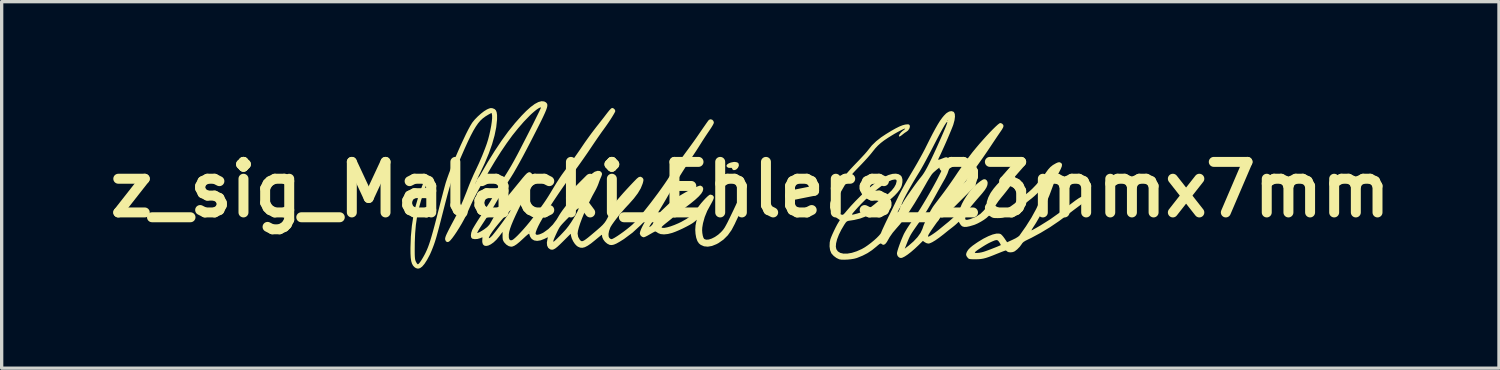
<source format=kicad_pcb>
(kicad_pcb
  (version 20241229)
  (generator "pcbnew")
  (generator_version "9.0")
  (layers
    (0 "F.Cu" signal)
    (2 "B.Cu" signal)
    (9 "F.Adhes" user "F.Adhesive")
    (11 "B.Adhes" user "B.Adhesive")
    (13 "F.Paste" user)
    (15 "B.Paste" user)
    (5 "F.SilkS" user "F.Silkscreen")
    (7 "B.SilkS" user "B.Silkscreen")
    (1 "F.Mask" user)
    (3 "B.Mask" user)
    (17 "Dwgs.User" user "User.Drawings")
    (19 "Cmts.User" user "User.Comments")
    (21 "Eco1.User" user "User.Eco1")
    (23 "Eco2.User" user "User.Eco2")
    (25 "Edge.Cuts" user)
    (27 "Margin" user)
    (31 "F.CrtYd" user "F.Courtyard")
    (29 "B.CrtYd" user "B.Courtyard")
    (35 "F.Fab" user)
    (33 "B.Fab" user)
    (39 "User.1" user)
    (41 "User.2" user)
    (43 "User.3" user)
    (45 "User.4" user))
  (footprint "z_sig_Malacki_Ehlers_23mmx7mm"
    (layer "F.Cu")
    (at 19.565 2.664)
    (property "Reference" "z_sig_Malacki_Ehlers_23mmx7mm" (at 0 0 0) (layer "F.SilkS") (effects (font (size 1.524 1.524) (thickness 0.3))))
    (attr board_only exclude_from_pos_files exclude_from_bom)
    (fp_poly (pts (xy -0.394 -0.821) (xy -0.354 -0.788) (xy -0.344 -0.733) (xy -0.349 -0.708) (xy -0.374 -0.655) (xy -0.413 -0.614) (xy -0.459 -0.59) (xy -0.502 -0.586) (xy -0.534 -0.605) (xy -0.544 -0.626) (xy -0.559 -0.653) (xy -0.591 -0.656) (xy -0.606 -0.653) (xy -0.653 -0.655) (xy -0.695 -0.676) (xy -0.718 -0.707) (xy -0.719 -0.716) (xy -0.701 -0.754) (xy -0.653 -0.788) (xy -0.586 -0.815) (xy -0.507 -0.831) (xy -0.465 -0.833)) (stroke (width 0) (type solid)) (fill yes) (layer "F.SilkS"))
    (fp_poly (pts (xy 6.117 -2.349) (xy 6.139 -2.331) (xy 6.164 -2.278) (xy 6.169 -2.197) (xy 6.156 -2.093) (xy 6.123 -1.971) (xy 6.116 -1.948) (xy 6.092 -1.885) (xy 6.056 -1.795) (xy 6.01 -1.685) (xy 5.958 -1.561) (xy 5.902 -1.432) (xy 5.845 -1.304) (xy 5.791 -1.185) (xy 5.744 -1.081) (xy 5.705 -0.999) (xy 5.695 -0.98) (xy 5.673 -0.934) (xy 5.664 -0.903) (xy 5.664 -0.897) (xy 5.684 -0.9) (xy 5.729 -0.914) (xy 5.79 -0.938) (xy 5.79 -0.938) (xy 5.855 -0.963) (xy 5.896 -0.974) (xy 5.924 -0.972) (xy 5.95 -0.959) (xy 5.954 -0.957) (xy 5.998 -0.906) (xy 6.019 -0.83) (xy 6.016 -0.731) (xy 5.99 -0.615) (xy 5.943 -0.483) (xy 5.874 -0.34) (xy 5.834 -0.27) (xy 5.798 -0.207) (xy 5.749 -0.12) (xy 5.693 -0.02) (xy 5.635 0.084) (xy 5.614 0.123) (xy 5.513 0.305) (xy 5.425 0.46) (xy 5.345 0.596) (xy 5.268 0.72) (xy 5.191 0.839) (xy 5.108 0.961) (xy 5.063 1.025) (xy 4.984 1.137) (xy 4.923 1.225) (xy 4.876 1.296) (xy 4.838 1.358) (xy 4.806 1.418) (xy 4.776 1.482) (xy 4.744 1.558) (xy 4.706 1.654) (xy 4.692 1.691) (xy 4.655 1.782) (xy 4.772 1.691) (xy 4.92 1.562) (xy 5.041 1.433) (xy 5.131 1.307) (xy 5.188 1.186) (xy 5.195 1.164) (xy 5.223 1.083) (xy 5.266 0.979) (xy 5.319 0.864) (xy 5.376 0.747) (xy 5.434 0.638) (xy 5.487 0.548) (xy 5.52 0.498) (xy 5.556 0.449) (xy 5.61 0.378) (xy 5.675 0.292) (xy 5.747 0.198) (xy 5.796 0.133) (xy 5.869 0.035) (xy 5.956 -0.085) (xy 6.05 -0.219) (xy 6.145 -0.356) (xy 6.233 -0.487) (xy 6.252 -0.516) (xy 6.466 -0.823) (xy 6.696 -1.125) (xy 6.798 -1.249) (xy 6.905 -1.376) (xy 7.014 -1.499) (xy 7.12 -1.617) (xy 7.221 -1.725) (xy 7.314 -1.82) (xy 7.395 -1.899) (xy 7.461 -1.959) (xy 7.508 -1.995) (xy 7.532 -2.006) (xy 7.573 -1.995) (xy 7.593 -1.983) (xy 7.622 -1.952) (xy 7.632 -1.918) (xy 7.621 -1.875) (xy 7.588 -1.814) (xy 7.542 -1.746) (xy 7.494 -1.676) (xy 7.432 -1.585) (xy 7.363 -1.482) (xy 7.294 -1.379) (xy 7.273 -1.347) (xy 7.147 -1.159) (xy 7.008 -0.957) (xy 6.864 -0.754) (xy 6.723 -0.559) (xy 6.592 -0.384) (xy 6.574 -0.36) (xy 6.498 -0.259) (xy 6.414 -0.142) (xy 6.332 -0.027) (xy 6.281 0.047) (xy 6.227 0.127) (xy 6.165 0.218) (xy 6.093 0.322) (xy 6.008 0.444) (xy 5.909 0.585) (xy 5.793 0.749) (xy 5.659 0.938) (xy 5.535 1.113) (xy 5.458 1.224) (xy 5.404 1.307) (xy 5.37 1.365) (xy 5.357 1.402) (xy 5.361 1.418) (xy 5.368 1.42) (xy 5.397 1.408) (xy 5.448 1.378) (xy 5.515 1.334) (xy 5.59 1.281) (xy 5.666 1.223) (xy 5.716 1.183) (xy 5.796 1.117) (xy 5.884 1.045) (xy 5.962 0.982) (xy 5.98 0.967) (xy 6.109 0.853) (xy 6.216 0.734) (xy 6.296 0.617) (xy 6.341 0.519) (xy 6.378 0.432) (xy 6.434 0.327) (xy 6.504 0.214) (xy 6.581 0.102) (xy 6.658 0.002) (xy 6.705 -0.051) (xy 6.776 -0.121) (xy 6.854 -0.189) (xy 6.93 -0.249) (xy 6.995 -0.292) (xy 7.029 -0.309) (xy 7.08 -0.311) (xy 7.123 -0.282) (xy 7.15 -0.232) (xy 7.154 -0.198) (xy 7.146 -0.135) (xy 7.12 -0.068) (xy 7.072 0.01) (xy 6.999 0.103) (xy 6.953 0.157) (xy 6.829 0.299) (xy 6.729 0.416) (xy 6.65 0.511) (xy 6.59 0.587) (xy 6.547 0.646) (xy 6.52 0.691) (xy 6.505 0.725) (xy 6.501 0.738) (xy 6.491 0.795) (xy 6.481 0.841) (xy 6.481 0.842) (xy 6.477 0.886) (xy 6.493 0.909) (xy 6.533 0.913) (xy 6.602 0.898) (xy 6.635 0.888) (xy 6.796 0.824) (xy 6.934 0.733) (xy 7.031 0.639) (xy 7.081 0.58) (xy 7.107 0.534) (xy 7.116 0.489) (xy 7.117 0.475) (xy 7.131 0.361) (xy 7.173 0.236) (xy 7.237 0.11) (xy 7.259 0.076) (xy 7.339 -0.035) (xy 7.43 -0.143) (xy 7.525 -0.243) (xy 7.619 -0.33) (xy 7.709 -0.4) (xy 7.789 -0.449) (xy 7.854 -0.472) (xy 7.868 -0.473) (xy 7.929 -0.457) (xy 7.969 -0.414) (xy 7.982 -0.353) (xy 7.979 -0.326) (xy 7.962 -0.288) (xy 7.923 -0.226) (xy 7.867 -0.145) (xy 7.796 -0.049) (xy 7.715 0.056) (xy 7.626 0.167) (xy 7.571 0.233) (xy 7.477 0.351) (xy 7.408 0.452) (xy 7.363 0.534) (xy 7.344 0.595) (xy 7.347 0.622) (xy 7.359 0.647) (xy 7.38 0.66) (xy 7.419 0.662) (xy 7.472 0.658) (xy 7.585 0.636) (xy 7.709 0.587) (xy 7.846 0.508) (xy 7.998 0.398) (xy 8.082 0.33) (xy 8.169 0.258) (xy 8.256 0.186) (xy 8.333 0.121) (xy 8.393 0.072) (xy 8.404 0.063) (xy 8.496 -0.021) (xy 8.599 -0.127) (xy 8.705 -0.245) (xy 8.805 -0.367) (xy 8.889 -0.481) (xy 8.903 -0.502) (xy 8.976 -0.603) (xy 9.045 -0.679) (xy 9.12 -0.739) (xy 9.212 -0.792) (xy 9.215 -0.794) (xy 9.274 -0.819) (xy 9.314 -0.825) (xy 9.342 -0.817) (xy 9.381 -0.79) (xy 9.396 -0.752) (xy 9.389 -0.698) (xy 9.358 -0.622) (xy 9.338 -0.582) (xy 9.273 -0.456) (xy 9.223 -0.355) (xy 9.183 -0.268) (xy 9.15 -0.187) (xy 9.118 -0.103) (xy 9.107 -0.072) (xy 9.017 0.17) (xy 8.919 0.405) (xy 8.817 0.627) (xy 8.714 0.829) (xy 8.613 1.003) (xy 8.561 1.084) (xy 8.52 1.147) (xy 8.49 1.196) (xy 8.476 1.225) (xy 8.476 1.23) (xy 8.497 1.221) (xy 8.544 1.196) (xy 8.611 1.159) (xy 8.693 1.112) (xy 8.726 1.093) (xy 9.039 0.897) (xy 9.357 0.67) (xy 9.538 0.53) (xy 9.683 0.417) (xy 9.803 0.327) (xy 9.898 0.262) (xy 9.966 0.223) (xy 10.008 0.208) (xy 10.01 0.208) (xy 10.048 0.223) (xy 10.08 0.256) (xy 10.1 0.293) (xy 10.097 0.322) (xy 10.082 0.348) (xy 10.053 0.379) (xy 10.003 0.424) (xy 9.938 0.475) (xy 9.904 0.5) (xy 9.826 0.558) (xy 9.731 0.629) (xy 9.635 0.703) (xy 9.577 0.748) (xy 9.31 0.947) (xy 9.031 1.136) (xy 8.749 1.306) (xy 8.474 1.454) (xy 8.373 1.503) (xy 8.291 1.544) (xy 8.236 1.579) (xy 8.2 1.614) (xy 8.18 1.644) (xy 8.123 1.722) (xy 8.045 1.802) (xy 7.969 1.861) (xy 7.916 1.883) (xy 7.852 1.892) (xy 7.791 1.888) (xy 7.747 1.87) (xy 7.741 1.864) (xy 7.712 1.84) (xy 7.698 1.836) (xy 7.674 1.843) (xy 7.622 1.861) (xy 7.55 1.889) (xy 7.463 1.924) (xy 7.44 1.933) (xy 7.302 1.989) (xy 7.191 2.031) (xy 7.1 2.061) (xy 7.021 2.081) (xy 6.948 2.093) (xy 6.872 2.099) (xy 6.787 2.101) (xy 6.784 2.101) (xy 6.696 2.1) (xy 6.637 2.097) (xy 6.599 2.09) (xy 6.574 2.077) (xy 6.555 2.058) (xy 6.514 2.001) (xy 6.504 1.947) (xy 6.519 1.9) (xy 6.766 1.9) (xy 6.779 1.909) (xy 6.822 1.911) (xy 6.835 1.911) (xy 6.9 1.905) (xy 6.979 1.89) (xy 7.031 1.876) (xy 7.085 1.858) (xy 7.157 1.832) (xy 7.241 1.801) (xy 7.327 1.767) (xy 7.409 1.735) (xy 7.479 1.706) (xy 7.528 1.685) (xy 7.55 1.674) (xy 7.545 1.655) (xy 7.523 1.616) (xy 7.506 1.589) (xy 7.477 1.549) (xy 7.45 1.527) (xy 7.415 1.522) (xy 7.367 1.533) (xy 7.298 1.561) (xy 7.237 1.589) (xy 7.171 1.622) (xy 7.092 1.667) (xy 7.007 1.719) (xy 6.925 1.772) (xy 6.853 1.82) (xy 6.8 1.86) (xy 6.776 1.883) (xy 6.766 1.9) (xy 6.519 1.9) (xy 6.525 1.884) (xy 6.529 1.876) (xy 6.566 1.817) (xy 6.622 1.757) (xy 6.699 1.692) (xy 6.804 1.618) (xy 6.87 1.574) (xy 7.029 1.478) (xy 7.175 1.405) (xy 7.304 1.354) (xy 7.413 1.328) (xy 7.501 1.327) (xy 7.548 1.342) (xy 7.579 1.368) (xy 7.621 1.416) (xy 7.665 1.475) (xy 7.665 1.476) (xy 7.741 1.588) (xy 7.909 1.511) (xy 7.995 1.469) (xy 8.064 1.427) (xy 8.108 1.392) (xy 8.114 1.384) (xy 8.307 1.11) (xy 8.473 0.847) (xy 8.615 0.588) (xy 8.74 0.324) (xy 8.815 0.142) (xy 8.862 0.022) (xy 8.895 -0.066) (xy 8.915 -0.125) (xy 8.922 -0.157) (xy 8.917 -0.165) (xy 8.9 -0.152) (xy 8.87 -0.121) (xy 8.838 -0.085) (xy 8.745 0.016) (xy 8.65 0.113) (xy 8.56 0.198) (xy 8.484 0.263) (xy 8.461 0.281) (xy 8.418 0.314) (xy 8.356 0.364) (xy 8.284 0.423) (xy 8.236 0.463) (xy 8.132 0.549) (xy 8.051 0.615) (xy 7.985 0.665) (xy 7.928 0.703) (xy 7.874 0.735) (xy 7.816 0.764) (xy 7.76 0.789) (xy 7.675 0.825) (xy 7.608 0.846) (xy 7.545 0.857) (xy 7.47 0.86) (xy 7.454 0.86) (xy 7.374 0.859) (xy 7.319 0.852) (xy 7.279 0.836) (xy 7.252 0.819) (xy 7.214 0.793) (xy 7.191 0.79) (xy 7.171 0.807) (xy 7.17 0.808) (xy 7.119 0.856) (xy 7.042 0.912) (xy 6.951 0.968) (xy 6.856 1.019) (xy 6.767 1.058) (xy 6.741 1.067) (xy 6.617 1.104) (xy 6.522 1.124) (xy 6.449 1.126) (xy 6.394 1.111) (xy 6.352 1.078) (xy 6.321 1.034) (xy 6.283 0.97) (xy 6.222 1.027) (xy 6.168 1.075) (xy 6.104 1.127) (xy 6.083 1.143) (xy 6.037 1.179) (xy 5.97 1.231) (xy 5.893 1.293) (xy 5.828 1.346) (xy 5.695 1.448) (xy 5.58 1.529) (xy 5.483 1.587) (xy 5.409 1.62) (xy 5.368 1.628) (xy 5.316 1.617) (xy 5.262 1.59) (xy 5.258 1.587) (xy 5.202 1.547) (xy 5.066 1.681) (xy 4.952 1.788) (xy 4.843 1.882) (xy 4.742 1.96) (xy 4.654 2.018) (xy 4.583 2.053) (xy 4.539 2.063) (xy 4.483 2.046) (xy 4.441 2.002) (xy 4.421 1.942) (xy 4.422 1.905) (xy 4.437 1.843) (xy 4.464 1.756) (xy 4.5 1.654) (xy 4.541 1.545) (xy 4.584 1.441) (xy 4.624 1.35) (xy 4.637 1.324) (xy 4.675 1.256) (xy 4.729 1.167) (xy 4.793 1.069) (xy 4.861 0.97) (xy 4.883 0.939) (xy 4.958 0.831) (xy 5.04 0.708) (xy 5.126 0.573) (xy 5.214 0.429) (xy 5.303 0.28) (xy 5.391 0.129) (xy 5.476 -0.019) (xy 5.555 -0.163) (xy 5.628 -0.298) (xy 5.691 -0.422) (xy 5.744 -0.529) (xy 5.784 -0.618) (xy 5.81 -0.685) (xy 5.819 -0.726) (xy 5.812 -0.738) (xy 5.788 -0.727) (xy 5.744 -0.696) (xy 5.687 -0.653) (xy 5.624 -0.604) (xy 5.565 -0.554) (xy 5.516 -0.51) (xy 5.496 -0.489) (xy 5.464 -0.45) (xy 5.421 -0.384) (xy 5.37 -0.302) (xy 5.316 -0.211) (xy 5.303 -0.186) (xy 5.121 0.131) (xy 4.951 0.413) (xy 4.793 0.66) (xy 4.646 0.872) (xy 4.51 1.048) (xy 4.412 1.16) (xy 4.292 1.301) (xy 4.201 1.431) (xy 4.166 1.493) (xy 4.113 1.585) (xy 4.067 1.641) (xy 4.024 1.665) (xy 3.982 1.657) (xy 3.959 1.64) (xy 3.941 1.627) (xy 3.921 1.627) (xy 3.892 1.643) (xy 3.847 1.679) (xy 3.803 1.717) (xy 3.668 1.826) (xy 3.534 1.915) (xy 3.389 1.99) (xy 3.22 2.059) (xy 3.199 2.066) (xy 3.126 2.085) (xy 3.033 2.1) (xy 2.931 2.11) (xy 2.831 2.114) (xy 2.745 2.112) (xy 2.683 2.102) (xy 2.681 2.102) (xy 2.596 2.061) (xy 2.514 2) (xy 2.451 1.931) (xy 2.44 1.914) (xy 2.404 1.823) (xy 2.389 1.712) (xy 2.394 1.593) (xy 2.412 1.505) (xy 2.436 1.438) (xy 2.474 1.348) (xy 2.521 1.247) (xy 2.571 1.144) (xy 2.621 1.049) (xy 2.665 0.975) (xy 2.7 0.918) (xy 2.609 0.856) (xy 2.506 0.767) (xy 2.438 0.663) (xy 2.404 0.546) (xy 2.407 0.419) (xy 2.413 0.386) (xy 2.431 0.336) (xy 2.465 0.261) (xy 2.512 0.166) (xy 2.57 0.057) (xy 2.634 -0.059) (xy 2.702 -0.177) (xy 2.77 -0.29) (xy 2.835 -0.392) (xy 2.845 -0.407) (xy 2.882 -0.456) (xy 2.94 -0.525) (xy 3.014 -0.609) (xy 3.099 -0.7) (xy 3.188 -0.793) (xy 3.199 -0.804) (xy 3.288 -0.897) (xy 3.373 -0.988) (xy 3.449 -1.07) (xy 3.509 -1.139) (xy 3.549 -1.188) (xy 3.553 -1.193) (xy 3.665 -1.332) (xy 3.793 -1.456) (xy 3.943 -1.575) (xy 4.088 -1.671) (xy 4.248 -1.769) (xy 4.381 -1.844) (xy 4.493 -1.9) (xy 4.585 -1.937) (xy 4.662 -1.958) (xy 4.687 -1.962) (xy 4.747 -1.967) (xy 4.78 -1.962) (xy 4.8 -1.944) (xy 4.804 -1.937) (xy 4.81 -1.889) (xy 4.791 -1.833) (xy 4.753 -1.779) (xy 4.706 -1.743) (xy 4.657 -1.712) (xy 4.6 -1.668) (xy 4.578 -1.65) (xy 4.533 -1.616) (xy 4.498 -1.599) (xy 4.486 -1.599) (xy 4.479 -1.623) (xy 4.496 -1.662) (xy 4.532 -1.711) (xy 4.581 -1.76) (xy 4.608 -1.781) (xy 4.653 -1.816) (xy 4.668 -1.835) (xy 4.658 -1.838) (xy 4.626 -1.827) (xy 4.575 -1.804) (xy 4.508 -1.77) (xy 4.43 -1.728) (xy 4.343 -1.679) (xy 4.252 -1.624) (xy 4.159 -1.566) (xy 4.15 -1.56) (xy 4.028 -1.478) (xy 3.931 -1.403) (xy 3.847 -1.327) (xy 3.766 -1.241) (xy 3.68 -1.134) (xy 3.659 -1.107) (xy 3.607 -1.044) (xy 3.535 -0.961) (xy 3.45 -0.868) (xy 3.359 -0.771) (xy 3.281 -0.69) (xy 3.184 -0.59) (xy 3.108 -0.509) (xy 3.047 -0.438) (xy 2.995 -0.37) (xy 2.946 -0.297) (xy 2.893 -0.21) (xy 2.874 -0.178) (xy 2.813 -0.074) (xy 2.75 0.036) (xy 2.692 0.14) (xy 2.646 0.225) (xy 2.64 0.237) (xy 2.599 0.317) (xy 2.573 0.375) (xy 2.561 0.421) (xy 2.557 0.465) (xy 2.559 0.506) (xy 2.57 0.576) (xy 2.594 0.628) (xy 2.631 0.672) (xy 2.68 0.715) (xy 2.73 0.748) (xy 2.745 0.754) (xy 2.771 0.761) (xy 2.794 0.757) (xy 2.813 0.743) (xy 3.066 0.743) (xy 3.069 0.753) (xy 3.082 0.755) (xy 3.113 0.751) (xy 3.168 0.737) (xy 3.234 0.719) (xy 3.344 0.684) (xy 3.442 0.645) (xy 3.535 0.595) (xy 3.632 0.531) (xy 3.742 0.446) (xy 3.827 0.375) (xy 3.901 0.315) (xy 3.978 0.256) (xy 4.045 0.208) (xy 4.054 0.202) (xy 4.165 0.12) (xy 4.26 0.029) (xy 4.336 -0.066) (xy 4.387 -0.158) (xy 4.409 -0.241) (xy 4.41 -0.255) (xy 4.405 -0.287) (xy 4.383 -0.301) (xy 4.345 -0.303) (xy 4.271 -0.289) (xy 4.177 -0.248) (xy 4.065 -0.183) (xy 3.939 -0.097) (xy 3.802 0.008) (xy 3.658 0.129) (xy 3.51 0.264) (xy 3.362 0.41) (xy 3.241 0.538) (xy 3.178 0.608) (xy 3.124 0.669) (xy 3.086 0.715) (xy 3.067 0.74) (xy 3.066 0.743) (xy 2.813 0.743) (xy 2.821 0.737) (xy 2.858 0.697) (xy 2.908 0.637) (xy 3.032 0.494) (xy 3.174 0.343) (xy 3.326 0.19) (xy 3.484 0.043) (xy 3.638 -0.093) (xy 3.783 -0.212) (xy 3.904 -0.3) (xy 4.039 -0.382) (xy 4.167 -0.44) (xy 4.285 -0.473) (xy 4.389 -0.48) (xy 4.474 -0.462) (xy 4.539 -0.419) (xy 4.564 -0.383) (xy 4.585 -0.312) (xy 4.585 -0.222) (xy 4.567 -0.126) (xy 4.546 -0.07) (xy 4.503 0.004) (xy 4.436 0.089) (xy 4.354 0.177) (xy 4.264 0.26) (xy 4.176 0.327) (xy 4.165 0.334) (xy 4.092 0.385) (xy 4.011 0.446) (xy 3.956 0.491) (xy 3.786 0.627) (xy 3.626 0.733) (xy 3.469 0.814) (xy 3.307 0.874) (xy 3.131 0.916) (xy 3 0.936) (xy 2.947 0.945) (xy 2.912 0.96) (xy 2.881 0.989) (xy 2.845 1.041) (xy 2.835 1.056) (xy 2.743 1.211) (xy 2.67 1.359) (xy 2.617 1.496) (xy 2.586 1.619) (xy 2.578 1.721) (xy 2.593 1.797) (xy 2.64 1.864) (xy 2.714 1.909) (xy 2.81 1.931) (xy 2.927 1.93) (xy 3.06 1.907) (xy 3.205 1.861) (xy 3.359 1.793) (xy 3.373 1.785) (xy 3.455 1.738) (xy 3.545 1.676) (xy 3.638 1.606) (xy 3.729 1.531) (xy 3.811 1.457) (xy 3.878 1.389) (xy 3.925 1.333) (xy 3.945 1.295) (xy 3.957 1.263) (xy 3.983 1.203) (xy 4.021 1.121) (xy 4.067 1.022) (xy 4.117 0.918) (xy 4.315 0.918) (xy 4.325 0.927) (xy 4.334 0.918) (xy 4.325 0.908) (xy 4.315 0.918) (xy 4.117 0.918) (xy 4.121 0.912) (xy 4.136 0.88) (xy 4.334 0.88) (xy 4.344 0.89) (xy 4.353 0.88) (xy 4.344 0.871) (xy 4.334 0.88) (xy 4.136 0.88) (xy 4.144 0.863) (xy 4.15 0.85) (xy 4.358 0.85) (xy 4.36 0.852) (xy 4.378 0.838) (xy 4.382 0.833) (xy 4.386 0.815) (xy 4.384 0.814) (xy 4.367 0.827) (xy 4.363 0.833) (xy 4.358 0.85) (xy 4.15 0.85) (xy 4.182 0.785) (xy 4.391 0.785) (xy 4.401 0.795) (xy 4.41 0.785) (xy 4.401 0.776) (xy 4.391 0.785) (xy 4.182 0.785) (xy 4.201 0.748) (xy 4.41 0.748) (xy 4.419 0.757) (xy 4.429 0.748) (xy 4.419 0.738) (xy 4.41 0.748) (xy 4.201 0.748) (xy 4.209 0.73) (xy 4.219 0.71) (xy 4.431 0.71) (xy 4.438 0.706) (xy 4.458 0.675) (xy 4.476 0.644) (xy 4.502 0.591) (xy 4.519 0.551) (xy 4.522 0.539) (xy 4.514 0.543) (xy 4.494 0.574) (xy 4.476 0.606) (xy 4.45 0.658) (xy 4.434 0.698) (xy 4.431 0.71) (xy 4.219 0.71) (xy 4.279 0.588) (xy 4.32 0.502) (xy 4.524 0.502) (xy 4.533 0.511) (xy 4.542 0.502) (xy 4.533 0.492) (xy 4.524 0.502) (xy 4.32 0.502) (xy 4.335 0.471) (xy 4.555 0.471) (xy 4.566 0.457) (xy 4.592 0.411) (xy 4.601 0.393) (xy 4.631 0.342) (xy 4.679 0.267) (xy 4.741 0.174) (xy 4.813 0.071) (xy 4.89 -0.038) (xy 4.967 -0.146) (xy 5.041 -0.246) (xy 5.107 -0.332) (xy 5.143 -0.376) (xy 5.188 -0.434) (xy 5.233 -0.5) (xy 5.28 -0.578) (xy 5.332 -0.672) (xy 5.39 -0.785) (xy 5.456 -0.92) (xy 5.532 -1.081) (xy 5.62 -1.272) (xy 5.682 -1.41) (xy 5.765 -1.597) (xy 5.832 -1.751) (xy 5.883 -1.872) (xy 5.917 -1.96) (xy 5.935 -2.015) (xy 5.936 -2.038) (xy 5.936 -2.038) (xy 5.921 -2.032) (xy 5.893 -1.996) (xy 5.85 -1.929) (xy 5.794 -1.831) (xy 5.722 -1.7) (xy 5.636 -1.537) (xy 5.534 -1.34) (xy 5.517 -1.307) (xy 5.442 -1.161) (xy 5.365 -1.016) (xy 5.291 -0.877) (xy 5.223 -0.752) (xy 5.163 -0.645) (xy 5.116 -0.564) (xy 5.101 -0.539) (xy 5.01 -0.391) (xy 4.919 -0.24) (xy 4.834 -0.092) (xy 4.755 0.047) (xy 4.688 0.17) (xy 4.635 0.272) (xy 4.605 0.336) (xy 4.574 0.409) (xy 4.558 0.454) (xy 4.555 0.471) (xy 4.335 0.471) (xy 4.347 0.447) (xy 4.409 0.318) (xy 4.461 0.212) (xy 4.462 0.208) (xy 4.51 0.114) (xy 4.573 -0.004) (xy 4.647 -0.138) (xy 4.727 -0.28) (xy 4.809 -0.42) (xy 4.863 -0.511) (xy 4.946 -0.651) (xy 5.033 -0.801) (xy 5.118 -0.953) (xy 5.197 -1.097) (xy 5.264 -1.224) (xy 5.295 -1.287) (xy 5.402 -1.501) (xy 5.495 -1.683) (xy 5.578 -1.837) (xy 5.651 -1.965) (xy 5.717 -2.071) (xy 5.718 -2.073) (xy 5.943 -2.073) (xy 5.953 -2.063) (xy 5.962 -2.073) (xy 5.953 -2.082) (xy 5.943 -2.073) (xy 5.718 -2.073) (xy 5.778 -2.157) (xy 5.835 -2.226) (xy 5.89 -2.283) (xy 5.919 -2.308) (xy 5.991 -2.351) (xy 6.059 -2.365)) (stroke (width 0) (type solid)) (fill yes) (layer "F.SilkS"))
    (fp_poly (pts (xy -6.212 -2.656) (xy -6.165 -2.631) (xy -6.142 -2.61) (xy -6.125 -2.585) (xy -6.117 -2.554) (xy -6.119 -2.514) (xy -6.131 -2.462) (xy -6.155 -2.394) (xy -6.191 -2.308) (xy -6.241 -2.2) (xy -6.305 -2.067) (xy -6.386 -1.906) (xy -6.46 -1.76) (xy -6.604 -1.478) (xy -6.734 -1.228) (xy -6.851 -1.007) (xy -6.956 -0.814) (xy -7.051 -0.645) (xy -7.136 -0.498) (xy -7.214 -0.372) (xy -7.262 -0.297) (xy -7.332 -0.187) (xy -7.41 -0.057) (xy -7.488 0.076) (xy -7.555 0.198) (xy -7.563 0.214) (xy -7.62 0.316) (xy -7.692 0.439) (xy -7.773 0.573) (xy -7.857 0.707) (xy -7.937 0.831) (xy -7.939 0.833) (xy -8.008 0.939) (xy -8.073 1.038) (xy -8.129 1.124) (xy -8.172 1.192) (xy -8.198 1.237) (xy -8.204 1.246) (xy -8.236 1.309) (xy -8.192 1.297) (xy -8.156 1.28) (xy -8.099 1.248) (xy -8.034 1.207) (xy -8.021 1.198) (xy -7.931 1.13) (xy -7.868 1.063) (xy -7.841 1.021) (xy -7.752 0.865) (xy -7.679 0.737) (xy -7.616 0.63) (xy -7.559 0.539) (xy -7.506 0.458) (xy -7.451 0.38) (xy -7.391 0.301) (xy -7.322 0.214) (xy -7.24 0.113) (xy -7.191 0.054) (xy -7.111 -0.044) (xy -7.027 -0.147) (xy -6.947 -0.244) (xy -6.88 -0.327) (xy -6.862 -0.349) (xy -6.788 -0.435) (xy -6.731 -0.492) (xy -6.684 -0.52) (xy -6.645 -0.524) (xy -6.61 -0.505) (xy -6.605 -0.501) (xy -6.577 -0.469) (xy -6.57 -0.434) (xy -6.584 -0.386) (xy -6.609 -0.335) (xy -6.635 -0.27) (xy -6.656 -0.189) (xy -6.664 -0.142) (xy -6.672 -0.098) (xy -6.687 -0.046) (xy -6.711 0.017) (xy -6.746 0.098) (xy -6.794 0.2) (xy -6.857 0.33) (xy -6.886 0.388) (xy -6.991 0.601) (xy -7.078 0.784) (xy -7.148 0.94) (xy -7.202 1.071) (xy -7.241 1.18) (xy -7.266 1.27) (xy -7.278 1.343) (xy -7.279 1.35) (xy -7.279 1.442) (xy -7.263 1.501) (xy -7.229 1.528) (xy -7.185 1.526) (xy -7.148 1.505) (xy -7.091 1.458) (xy -7.019 1.39) (xy -6.936 1.304) (xy -6.912 1.278) (xy -6.662 1.278) (xy -6.653 1.287) (xy -6.643 1.278) (xy -6.653 1.268) (xy -6.662 1.278) (xy -6.912 1.278) (xy -6.845 1.205) (xy -6.75 1.096) (xy -6.656 0.983) (xy -6.575 0.88) (xy -6.466 0.738) (xy -6.377 0.62) (xy -6.303 0.52) (xy -6.24 0.432) (xy -6.184 0.351) (xy -6.131 0.271) (xy -6.077 0.186) (xy -6.018 0.09) (xy -5.98 0.026) (xy -5.902 -0.103) (xy -5.839 -0.206) (xy -5.784 -0.292) (xy -5.734 -0.369) (xy -5.683 -0.444) (xy -5.625 -0.524) (xy -5.556 -0.617) (xy -5.475 -0.725) (xy -5.397 -0.83) (xy -5.307 -0.956) (xy -5.212 -1.09) (xy -5.122 -1.22) (xy -5.067 -1.302) (xy -4.983 -1.425) (xy -4.886 -1.561) (xy -4.786 -1.698) (xy -4.691 -1.823) (xy -4.637 -1.893) (xy -4.558 -1.993) (xy -4.478 -2.095) (xy -4.404 -2.19) (xy -4.342 -2.271) (xy -4.309 -2.314) (xy -4.249 -2.389) (xy -4.201 -2.439) (xy -4.168 -2.46) (xy -4.164 -2.461) (xy -4.117 -2.444) (xy -4.08 -2.405) (xy -4.069 -2.366) (xy -4.08 -2.336) (xy -4.11 -2.281) (xy -4.155 -2.206) (xy -4.212 -2.115) (xy -4.279 -2.015) (xy -4.351 -1.911) (xy -4.425 -1.807) (xy -4.441 -1.786) (xy -4.483 -1.728) (xy -4.541 -1.645) (xy -4.612 -1.543) (xy -4.69 -1.429) (xy -4.771 -1.309) (xy -4.822 -1.233) (xy -4.916 -1.094) (xy -5.023 -0.94) (xy -5.135 -0.781) (xy -5.244 -0.63) (xy -5.342 -0.496) (xy -5.365 -0.466) (xy -5.493 -0.29) (xy -5.634 -0.091) (xy -5.781 0.123) (xy -5.928 0.342) (xy -6.068 0.557) (xy -6.195 0.758) (xy -6.266 0.873) (xy -6.333 0.99) (xy -6.39 1.1) (xy -6.434 1.197) (xy -6.463 1.276) (xy -6.473 1.328) (xy -6.458 1.356) (xy -6.418 1.364) (xy -6.356 1.351) (xy -6.279 1.319) (xy -6.228 1.292) (xy -6.086 1.19) (xy -5.953 1.058) (xy -5.838 0.905) (xy -5.8 0.842) (xy -5.758 0.77) (xy -5.713 0.7) (xy -5.66 0.624) (xy -5.595 0.538) (xy -5.514 0.435) (xy -5.412 0.31) (xy -5.412 0.309) (xy -5.357 0.239) (xy -5.291 0.149) (xy -5.224 0.053) (xy -5.175 -0.019) (xy -5.102 -0.121) (xy -5.019 -0.225) (xy -4.931 -0.325) (xy -4.844 -0.413) (xy -4.765 -0.483) (xy -4.699 -0.531) (xy -4.684 -0.539) (xy -4.602 -0.565) (xy -4.536 -0.559) (xy -4.498 -0.533) (xy -4.474 -0.498) (xy -4.47 -0.459) (xy -4.486 -0.407) (xy -4.503 -0.369) (xy -4.53 -0.306) (xy -4.559 -0.229) (xy -4.572 -0.19) (xy -4.601 -0.116) (xy -4.64 -0.031) (xy -4.671 0.028) (xy -4.761 0.192) (xy -4.847 0.363) (xy -4.929 0.535) (xy -5.004 0.703) (xy -5.07 0.863) (xy -5.125 1.01) (xy -5.167 1.139) (xy -5.195 1.245) (xy -5.205 1.324) (xy -5.205 1.328) (xy -5.188 1.427) (xy -5.14 1.512) (xy -5.116 1.537) (xy -5.097 1.551) (xy -5.075 1.557) (xy -5.047 1.551) (xy -5.009 1.533) (xy -4.96 1.5) (xy -4.894 1.45) (xy -4.809 1.38) (xy -4.701 1.289) (xy -4.615 1.216) (xy -4.521 1.134) (xy -4.45 1.066) (xy -4.395 1.003) (xy -4.348 0.936) (xy -4.304 0.856) (xy -4.256 0.754) (xy -4.232 0.701) (xy -4.175 0.583) (xy -4.113 0.47) (xy -4.053 0.372) (xy -4.027 0.335) (xy -3.979 0.276) (xy -3.909 0.195) (xy -3.824 0.098) (xy -3.727 -0.008) (xy -3.624 -0.119) (xy -3.52 -0.229) (xy -3.42 -0.331) (xy -3.418 -0.333) (xy -3.358 -0.379) (xy -3.303 -0.387) (xy -3.256 -0.361) (xy -3.232 -0.332) (xy -3.221 -0.303) (xy -3.223 -0.263) (xy -3.238 -0.202) (xy -3.247 -0.173) (xy -3.302 -0.037) (xy -3.39 0.111) (xy -3.511 0.271) (xy -3.666 0.446) (xy -3.692 0.473) (xy -3.774 0.561) (xy -3.86 0.66) (xy -3.948 0.765) (xy -4.031 0.87) (xy -4.105 0.968) (xy -4.166 1.054) (xy -4.209 1.122) (xy -4.223 1.151) (xy -4.258 1.25) (xy -4.274 1.34) (xy -4.27 1.413) (xy -4.249 1.458) (xy -4.213 1.486) (xy -4.187 1.495) (xy -4.149 1.484) (xy -4.088 1.451) (xy -4.009 1.402) (xy -3.918 1.34) (xy -3.819 1.269) (xy -3.718 1.192) (xy -3.62 1.113) (xy -3.547 1.05) (xy -3.49 0.993) (xy -3.414 0.91) (xy -3.38 0.869) (xy -3.118 0.869) (xy -3.116 0.871) (xy -3.098 0.857) (xy -3.095 0.852) (xy -3.09 0.834) (xy -3.092 0.833) (xy -3.11 0.846) (xy -3.113 0.852) (xy -3.118 0.869) (xy -3.38 0.869) (xy -3.325 0.804) (xy -3.224 0.681) (xy -3.116 0.545) (xy -3.003 0.401) (xy -2.891 0.253) (xy -2.781 0.106) (xy -2.678 -0.037) (xy -2.585 -0.169) (xy -2.505 -0.287) (xy -2.448 -0.377) (xy -2.337 -0.556) (xy -2.23 -0.72) (xy -2.118 -0.882) (xy -1.993 -1.055) (xy -1.941 -1.126) (xy -1.862 -1.233) (xy -1.78 -1.346) (xy -1.701 -1.455) (xy -1.634 -1.55) (xy -1.6 -1.599) (xy -1.503 -1.74) (xy -1.426 -1.852) (xy -1.365 -1.939) (xy -1.32 -2.004) (xy -1.287 -2.05) (xy -1.264 -2.08) (xy -1.249 -2.098) (xy -1.24 -2.105) (xy -1.193 -2.119) (xy -1.146 -2.104) (xy -1.111 -2.066) (xy -1.098 -2.018) (xy -1.108 -1.986) (xy -1.137 -1.931) (xy -1.179 -1.862) (xy -1.229 -1.787) (xy -1.295 -1.69) (xy -1.37 -1.577) (xy -1.443 -1.464) (xy -1.489 -1.391) (xy -1.551 -1.293) (xy -1.625 -1.177) (xy -1.703 -1.059) (xy -1.774 -0.952) (xy -1.776 -0.948) (xy -1.909 -0.747) (xy -2.051 -0.525) (xy -2.194 -0.295) (xy -2.331 -0.07) (xy -2.453 0.139) (xy -2.461 0.152) (xy -2.519 0.253) (xy -2.586 0.367) (xy -2.658 0.488) (xy -2.732 0.611) (xy -2.804 0.73) (xy -2.871 0.84) (xy -2.93 0.935) (xy -2.977 1.01) (xy -3.008 1.058) (xy -3.012 1.063) (xy -3.04 1.108) (xy -3.043 1.126) (xy -3.019 1.117) (xy -2.994 1.1) (xy -2.948 1.05) (xy -2.917 0.984) (xy -2.894 0.918) (xy -2.863 0.859) (xy -2.819 0.796) (xy -2.757 0.723) (xy -2.695 0.656) (xy -2.455 0.428) (xy -2.204 0.235) (xy -2.142 0.194) (xy -2.053 0.14) (xy -1.954 0.083) (xy -1.852 0.029) (xy -1.752 -0.022) (xy -1.66 -0.065) (xy -1.584 -0.097) (xy -1.528 -0.116) (xy -1.499 -0.119) (xy -1.446 -0.09) (xy -1.422 -0.046) (xy -1.42 -0.012) (xy -1.434 0.049) (xy -1.478 0.122) (xy -1.553 0.207) (xy -1.659 0.305) (xy -1.798 0.419) (xy -1.857 0.464) (xy -1.957 0.54) (xy -2.057 0.619) (xy -2.15 0.692) (xy -2.226 0.754) (xy -2.262 0.785) (xy -2.342 0.852) (xy -2.435 0.928) (xy -2.523 0.998) (xy -2.54 1.011) (xy -2.601 1.061) (xy -2.648 1.102) (xy -2.673 1.131) (xy -2.676 1.139) (xy -2.645 1.155) (xy -2.586 1.154) (xy -2.503 1.138) (xy -2.403 1.109) (xy -2.288 1.067) (xy -2.166 1.015) (xy -2.081 0.974) (xy -1.919 0.883) (xy -1.786 0.785) (xy -1.678 0.676) (xy -1.599 0.568) (xy -1.546 0.493) (xy -1.484 0.414) (xy -1.416 0.336) (xy -1.35 0.265) (xy -1.29 0.207) (xy -1.241 0.167) (xy -1.21 0.151) (xy -1.209 0.151) (xy -1.146 0.165) (xy -1.108 0.201) (xy -1.098 0.241) (xy -1.107 0.278) (xy -1.133 0.338) (xy -1.17 0.409) (xy -1.192 0.448) (xy -1.298 0.642) (xy -1.374 0.828) (xy -1.426 1.015) (xy -1.448 1.147) (xy -1.452 1.226) (xy -1.446 1.311) (xy -1.432 1.39) (xy -1.412 1.453) (xy -1.388 1.49) (xy -1.387 1.49) (xy -1.33 1.511) (xy -1.253 1.506) (xy -1.163 1.477) (xy -1.066 1.428) (xy -0.969 1.361) (xy -0.889 1.289) (xy -0.847 1.245) (xy -0.81 1.2) (xy -0.774 1.148) (xy -0.736 1.081) (xy -0.69 0.995) (xy -0.635 0.883) (xy -0.614 0.84) (xy -0.561 0.73) (xy -0.511 0.627) (xy -0.469 0.537) (xy -0.436 0.467) (xy -0.416 0.424) (xy -0.416 0.423) (xy -0.376 0.361) (xy -0.327 0.328) (xy -0.277 0.326) (xy -0.232 0.355) (xy -0.211 0.389) (xy -0.204 0.438) (xy -0.219 0.508) (xy -0.256 0.603) (xy -0.317 0.725) (xy -0.324 0.738) (xy -0.357 0.801) (xy -0.398 0.886) (xy -0.442 0.978) (xy -0.464 1.028) (xy -0.565 1.22) (xy -0.678 1.378) (xy -0.809 1.508) (xy -0.959 1.613) (xy -1.021 1.646) (xy -1.156 1.7) (xy -1.281 1.721) (xy -1.395 1.71) (xy -1.494 1.667) (xy -1.548 1.622) (xy -1.595 1.552) (xy -1.63 1.453) (xy -1.651 1.336) (xy -1.659 1.209) (xy -1.651 1.081) (xy -1.627 0.962) (xy -1.611 0.908) (xy -1.69 0.976) (xy -1.746 1.016) (xy -1.828 1.065) (xy -1.929 1.119) (xy -2.04 1.175) (xy -2.154 1.227) (xy -2.261 1.272) (xy -2.354 1.306) (xy -2.354 1.306) (xy -2.483 1.339) (xy -2.601 1.351) (xy -2.701 1.342) (xy -2.778 1.312) (xy -2.786 1.306) (xy -2.829 1.278) (xy -2.861 1.263) (xy -2.866 1.262) (xy -2.89 1.272) (xy -2.938 1.297) (xy -3.001 1.333) (xy -3.031 1.35) (xy -3.1 1.39) (xy -3.162 1.421) (xy -3.205 1.437) (xy -3.215 1.438) (xy -3.265 1.422) (xy -3.308 1.382) (xy -3.329 1.332) (xy -3.33 1.32) (xy -3.319 1.266) (xy -3.291 1.19) (xy -3.249 1.102) (xy -3.2 1.011) (xy -3.147 0.927) (xy -3.147 0.923) (xy -3.17 0.942) (xy -3.213 0.982) (xy -3.27 1.039) (xy -3.303 1.072) (xy -3.548 1.297) (xy -3.808 1.491) (xy -3.937 1.572) (xy -4.035 1.627) (xy -4.111 1.659) (xy -4.174 1.672) (xy -4.229 1.668) (xy -4.243 1.665) (xy -4.313 1.63) (xy -4.379 1.574) (xy -4.431 1.505) (xy -4.462 1.435) (xy -4.467 1.402) (xy -4.47 1.37) (xy -4.476 1.363) (xy -4.493 1.374) (xy -4.533 1.406) (xy -4.591 1.453) (xy -4.661 1.511) (xy -4.679 1.526) (xy -4.801 1.624) (xy -4.902 1.693) (xy -4.988 1.737) (xy -5.062 1.755) (xy -5.129 1.75) (xy -5.193 1.723) (xy -5.231 1.697) (xy -5.286 1.64) (xy -5.339 1.56) (xy -5.381 1.472) (xy -5.402 1.399) (xy -5.414 1.332) (xy -5.645 1.563) (xy -5.742 1.658) (xy -5.818 1.728) (xy -5.878 1.775) (xy -5.927 1.802) (xy -5.968 1.813) (xy -6.008 1.809) (xy -6.036 1.799) (xy -6.091 1.757) (xy -6.124 1.689) (xy -6.132 1.601) (xy -6.126 1.565) (xy -5.938 1.565) (xy -5.932 1.572) (xy -5.913 1.561) (xy -5.876 1.528) (xy -5.817 1.472) (xy -5.803 1.457) (xy -5.726 1.38) (xy -5.644 1.293) (xy -5.57 1.212) (xy -5.545 1.183) (xy -5.476 1.095) (xy -5.401 0.987) (xy -5.328 0.871) (xy -5.261 0.757) (xy -5.208 0.655) (xy -5.186 0.606) (xy -5.177 0.579) (xy -5.174 0.564) (xy -5.183 0.563) (xy -5.204 0.578) (xy -5.242 0.611) (xy -5.299 0.666) (xy -5.377 0.743) (xy -5.444 0.808) (xy -5.541 0.904) (xy -5.615 0.98) (xy -5.671 1.04) (xy -5.714 1.09) (xy -5.748 1.137) (xy -5.777 1.186) (xy -5.806 1.243) (xy -5.829 1.291) (xy -5.868 1.375) (xy -5.902 1.452) (xy -5.926 1.512) (xy -5.935 1.543) (xy -5.938 1.565) (xy -6.126 1.565) (xy -6.115 1.5) (xy -6.105 1.459) (xy -6.103 1.439) (xy -6.104 1.438) (xy -6.123 1.446) (xy -6.165 1.466) (xy -6.205 1.486) (xy -6.321 1.531) (xy -6.425 1.547) (xy -6.515 1.533) (xy -6.586 1.49) (xy -6.631 1.428) (xy -6.651 1.377) (xy -6.662 1.336) (xy -6.662 1.331) (xy -6.675 1.332) (xy -6.71 1.356) (xy -6.764 1.402) (xy -6.832 1.465) (xy -6.848 1.48) (xy -6.955 1.578) (xy -7.042 1.649) (xy -7.114 1.695) (xy -7.174 1.718) (xy -7.21 1.722) (xy -7.281 1.705) (xy -7.354 1.659) (xy -7.414 1.596) (xy -7.443 1.551) (xy -7.46 1.507) (xy -7.466 1.449) (xy -7.467 1.401) (xy -7.467 1.275) (xy -7.565 1.407) (xy -7.651 1.51) (xy -7.738 1.592) (xy -7.822 1.651) (xy -7.899 1.688) (xy -7.967 1.7) (xy -8.022 1.687) (xy -8.061 1.648) (xy -8.079 1.582) (xy -8.079 1.534) (xy -8.076 1.48) (xy -8.075 1.465) (xy -7.88 1.465) (xy -7.862 1.462) (xy -7.829 1.438) (xy -7.787 1.397) (xy -7.761 1.367) (xy -7.676 1.26) (xy -7.587 1.145) (xy -7.5 1.029) (xy -7.418 0.916) (xy -7.344 0.813) (xy -7.284 0.724) (xy -7.24 0.656) (xy -7.223 0.625) (xy -7.225 0.62) (xy -7.249 0.642) (xy -7.292 0.686) (xy -7.349 0.749) (xy -7.418 0.827) (xy -7.497 0.918) (xy -7.577 1.013) (xy -7.685 1.146) (xy -7.773 1.263) (xy -7.837 1.36) (xy -7.876 1.436) (xy -7.879 1.444) (xy -7.88 1.465) (xy -8.075 1.465) (xy -8.074 1.445) (xy -8.075 1.438) (xy -8.092 1.445) (xy -8.132 1.461) (xy -8.145 1.467) (xy -8.225 1.489) (xy -8.307 1.494) (xy -8.375 1.481) (xy -8.386 1.476) (xy -8.414 1.441) (xy -8.422 1.381) (xy -8.412 1.304) (xy -8.384 1.22) (xy -8.362 1.177) (xy -8.323 1.11) (xy -8.27 1.023) (xy -8.207 0.923) (xy -8.138 0.816) (xy -8.113 0.778) (xy -8.029 0.651) (xy -7.962 0.549) (xy -7.91 0.469) (xy -7.868 0.404) (xy -7.834 0.348) (xy -7.804 0.297) (xy -7.775 0.245) (xy -7.743 0.187) (xy -7.706 0.116) (xy -7.681 0.07) (xy -7.619 -0.043) (xy -7.547 -0.167) (xy -7.474 -0.288) (xy -7.412 -0.384) (xy -7.349 -0.482) (xy -7.277 -0.6) (xy -7.203 -0.724) (xy -7.137 -0.841) (xy -7.126 -0.86) (xy -7.081 -0.943) (xy -7.025 -1.047) (xy -6.962 -1.167) (xy -6.894 -1.3) (xy -6.821 -1.441) (xy -6.746 -1.587) (xy -6.671 -1.734) (xy -6.598 -1.878) (xy -6.529 -2.015) (xy -6.467 -2.141) (xy -6.412 -2.252) (xy -6.366 -2.345) (xy -6.333 -2.416) (xy -6.313 -2.46) (xy -6.309 -2.473) (xy -6.335 -2.474) (xy -6.382 -2.45) (xy -6.446 -2.407) (xy -6.521 -2.346) (xy -6.604 -2.273) (xy -6.65 -2.228) (xy -6.827 -2.045) (xy -6.999 -1.847) (xy -7.171 -1.633) (xy -7.342 -1.398) (xy -7.517 -1.14) (xy -7.697 -0.855) (xy -7.885 -0.541) (xy -8.062 -0.229) (xy -8.157 -0.057) (xy -8.236 0.09) (xy -8.304 0.219) (xy -8.364 0.339) (xy -8.42 0.457) (xy -8.476 0.581) (xy -8.516 0.672) (xy -8.567 0.783) (xy -8.63 0.903) (xy -8.699 1.028) (xy -8.773 1.151) (xy -8.847 1.269) (xy -8.918 1.374) (xy -8.983 1.463) (xy -9.039 1.53) (xy -9.082 1.569) (xy -9.088 1.573) (xy -9.137 1.582) (xy -9.175 1.559) (xy -9.196 1.511) (xy -9.199 1.486) (xy -9.196 1.46) (xy -9.188 1.428) (xy -9.173 1.386) (xy -9.148 1.33) (xy -9.112 1.257) (xy -9.064 1.162) (xy -9.001 1.042) (xy -8.921 0.893) (xy -8.909 0.871) (xy -8.825 0.705) (xy -8.739 0.518) (xy -8.648 0.305) (xy -8.55 0.061) (xy -8.509 -0.047) (xy -8.46 -0.172) (xy -8.448 -0.199) (xy -8.29 -0.199) (xy -8.281 -0.189) (xy -8.271 -0.199) (xy -8.281 -0.208) (xy -8.29 -0.199) (xy -8.448 -0.199) (xy -8.433 -0.237) (xy -8.271 -0.237) (xy -8.262 -0.227) (xy -8.252 -0.237) (xy -8.262 -0.246) (xy -8.271 -0.237) (xy -8.433 -0.237) (xy -8.402 -0.309) (xy -8.343 -0.444) (xy -8.288 -0.562) (xy -8.28 -0.578) (xy -8.177 -0.798) (xy -8.08 -1.023) (xy -7.995 -1.238) (xy -7.941 -1.387) (xy -7.902 -1.512) (xy -7.867 -1.647) (xy -7.836 -1.786) (xy -7.81 -1.92) (xy -7.792 -2.043) (xy -7.782 -2.148) (xy -7.782 -2.229) (xy -7.787 -2.262) (xy -7.799 -2.311) (xy -7.895 -2.259) (xy -7.982 -2.206) (xy -8.062 -2.147) (xy -8.136 -2.078) (xy -8.207 -1.994) (xy -8.277 -1.892) (xy -8.35 -1.77) (xy -8.428 -1.622) (xy -8.513 -1.446) (xy -8.607 -1.24) (xy -8.704 -1.019) (xy -8.787 -0.827) (xy -8.858 -0.654) (xy -8.92 -0.496) (xy -8.975 -0.346) (xy -9.025 -0.196) (xy -9.073 -0.04) (xy -9.12 0.128) (xy -9.17 0.316) (xy -9.199 0.426) (xy -9.256 0.649) (xy -9.305 0.839) (xy -9.346 0.999) (xy -9.381 1.133) (xy -9.411 1.245) (xy -9.436 1.337) (xy -9.457 1.414) (xy -9.476 1.478) (xy -9.493 1.533) (xy -9.509 1.584) (xy -9.526 1.632) (xy -9.53 1.646) (xy -9.567 1.744) (xy -9.607 1.845) (xy -9.646 1.934) (xy -9.664 1.972) (xy -9.745 2.123) (xy -9.82 2.239) (xy -9.889 2.32) (xy -9.954 2.368) (xy -10.016 2.384) (xy -10.077 2.368) (xy -10.122 2.338) (xy -10.165 2.292) (xy -10.198 2.232) (xy -10.221 2.155) (xy -10.235 2.054) (xy -10.242 1.925) (xy -10.243 1.764) (xy -10.243 1.76) (xy -10.231 1.415) (xy -10.201 1.094) (xy -10.154 0.79) (xy -10.086 0.491) (xy -9.997 0.19) (xy -9.931 0) (xy -9.892 -0.107) (xy -9.862 -0.183) (xy -9.838 -0.233) (xy -9.819 -0.263) (xy -9.801 -0.277) (xy -9.789 -0.28) (xy -9.765 -0.279) (xy -9.752 -0.265) (xy -9.75 -0.232) (xy -9.76 -0.179) (xy -9.783 -0.1) (xy -9.818 0.007) (xy -9.843 0.078) (xy -9.927 0.336) (xy -9.994 0.58) (xy -10.044 0.818) (xy -10.08 1.062) (xy -10.102 1.319) (xy -10.113 1.6) (xy -10.114 1.723) (xy -10.115 1.853) (xy -10.114 1.952) (xy -10.111 2.026) (xy -10.106 2.08) (xy -10.099 2.121) (xy -10.088 2.154) (xy -10.08 2.172) (xy -10.054 2.22) (xy -10.028 2.249) (xy -10.019 2.252) (xy -9.994 2.236) (xy -9.957 2.192) (xy -9.911 2.124) (xy -9.86 2.039) (xy -9.807 1.943) (xy -9.781 1.89) (xy -9.748 1.818) (xy -9.715 1.738) (xy -9.681 1.645) (xy -9.645 1.536) (xy -9.607 1.408) (xy -9.564 1.257) (xy -9.516 1.08) (xy -9.462 0.873) (xy -9.406 0.653) (xy -9.364 0.489) (xy -9.323 0.328) (xy -9.283 0.177) (xy -9.247 0.04) (xy -9.216 -0.076) (xy -9.191 -0.166) (xy -9.176 -0.218) (xy -9.135 -0.341) (xy -9.083 -0.486) (xy -9.021 -0.647) (xy -8.951 -0.819) (xy -8.877 -0.997) (xy -8.799 -1.177) (xy -8.721 -1.352) (xy -8.643 -1.519) (xy -8.57 -1.673) (xy -8.502 -1.807) (xy -8.442 -1.918) (xy -8.392 -2) (xy -8.376 -2.024) (xy -8.304 -2.112) (xy -8.215 -2.203) (xy -8.119 -2.289) (xy -8.026 -2.361) (xy -7.945 -2.411) (xy -7.941 -2.414) (xy -7.875 -2.443) (xy -7.828 -2.456) (xy -7.785 -2.454) (xy -7.763 -2.449) (xy -7.708 -2.427) (xy -7.669 -2.389) (xy -7.645 -2.331) (xy -7.633 -2.247) (xy -7.633 -2.132) (xy -7.634 -2.101) (xy -7.658 -1.878) (xy -7.708 -1.632) (xy -7.783 -1.367) (xy -7.883 -1.086) (xy -8.006 -0.791) (xy -8.139 -0.51) (xy -8.181 -0.426) (xy -8.214 -0.354) (xy -8.237 -0.301) (xy -8.246 -0.274) (xy -8.246 -0.272) (xy -8.234 -0.284) (xy -8.208 -0.323) (xy -8.171 -0.383) (xy -8.128 -0.458) (xy -8.128 -0.458) (xy -7.912 -0.83) (xy -7.702 -1.168) (xy -7.497 -1.474) (xy -7.296 -1.751) (xy -7.095 -2) (xy -6.894 -2.226) (xy -6.756 -2.367) (xy -6.62 -2.489) (xy -6.497 -2.58) (xy -6.388 -2.638) (xy -6.292 -2.664)) (stroke (width 0) (type solid)) (fill yes) (layer "F.SilkS")))
  (gr_rect
    (start -3 -3)
    (end 42.131 8.047)
    (stroke (width 0.1) (type default))
    (fill no)
    (layer "Edge.Cuts")))
</source>
